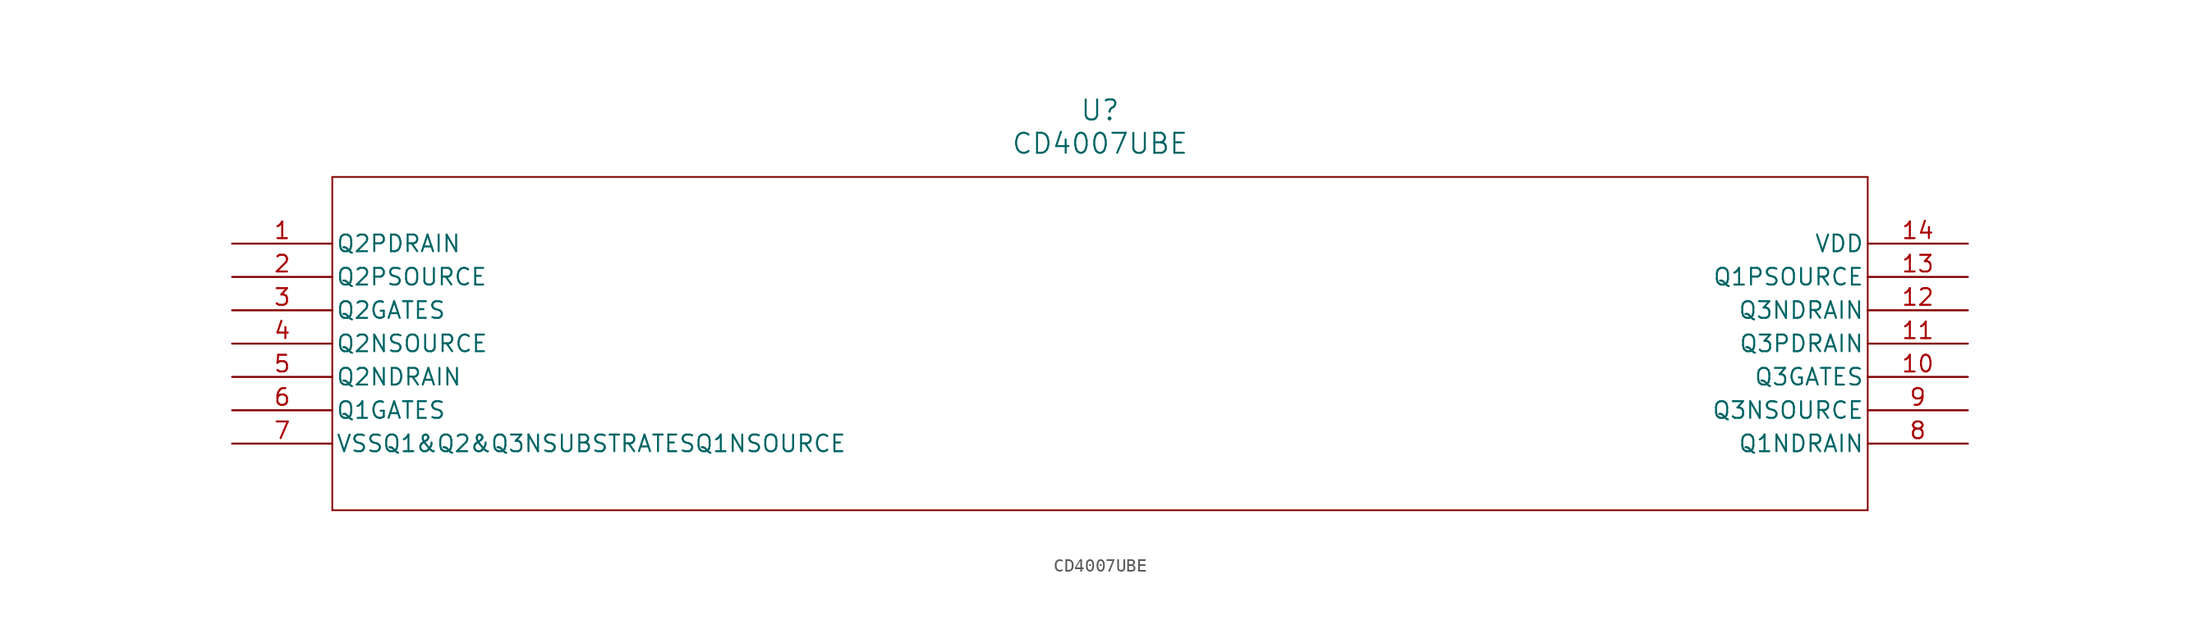
<source format=kicad_sym>
(kicad_symbol_lib
  (version 20211014)
  (generator kicad_symbol_editor)
  (symbol "CD4007UBE"
    (pin_names
      (offset 0.254))
    (property "Reference" "U"
      (at 66.04 10.16 0)
      (effects (font (size 1.524 1.524))))
    (property "Value" "CD4007UBE"
      (at 66.04 7.62 0)
      (effects (font (size 1.524 1.524))))
    (symbol "CD4007UBE_0_1"
      (polyline (pts (xy 7.62 5.08) (xy 7.62 -20.32)) (stroke (width 0.127) (type default) (color 0 0 0 0)) (fill (type none)))
      (polyline (pts (xy 7.62 -20.32) (xy 124.46 -20.32)) (stroke (width 0.127) (type default) (color 0 0 0 0)) (fill (type none)))
      (polyline (pts (xy 124.46 -20.32) (xy 124.46 5.08)) (stroke (width 0.127) (type default) (color 0 0 0 0)) (fill (type none)))
      (polyline (pts (xy 124.46 5.08) (xy 7.62 5.08)) (stroke (width 0.127) (type default) (color 0 0 0 0)) (fill (type none)))
      (pin unspecified line (at 0 0 0) (length 7.62) (name "Q2PDRAIN" (effects (font (size 1.27 1.27)))) (number "1" (effects (font (size 1.27 1.27)))))
      (pin unspecified line (at 0 -2.54 0) (length 7.62) (name "Q2PSOURCE" (effects (font (size 1.27 1.27)))) (number "2" (effects (font (size 1.27 1.27)))))
      (pin unspecified line (at 0 -5.08 0) (length 7.62) (name "Q2GATES" (effects (font (size 1.27 1.27)))) (number "3" (effects (font (size 1.27 1.27)))))
      (pin unspecified line (at 0 -7.62 0) (length 7.62) (name "Q2NSOURCE" (effects (font (size 1.27 1.27)))) (number "4" (effects (font (size 1.27 1.27)))))
      (pin unspecified line (at 0 -10.16 0) (length 7.62) (name "Q2NDRAIN" (effects (font (size 1.27 1.27)))) (number "5" (effects (font (size 1.27 1.27)))))
      (pin unspecified line (at 0 -12.7 0) (length 7.62) (name "Q1GATES" (effects (font (size 1.27 1.27)))) (number "6" (effects (font (size 1.27 1.27)))))
      (pin unspecified line (at 0 -15.24 0) (length 7.62) (name "VSSQ1&Q2&Q3NSUBSTRATESQ1NSOURCE" (effects (font (size 1.27 1.27)))) (number "7" (effects (font (size 1.27 1.27)))))
      (pin unspecified line (at 132.08 -15.24 180) (length 7.62) (name "Q1NDRAIN" (effects (font (size 1.27 1.27)))) (number "8" (effects (font (size 1.27 1.27)))))
      (pin unspecified line (at 132.08 -12.7 180) (length 7.62) (name "Q3NSOURCE" (effects (font (size 1.27 1.27)))) (number "9" (effects (font (size 1.27 1.27)))))
      (pin unspecified line (at 132.08 -10.16 180) (length 7.62) (name "Q3GATES" (effects (font (size 1.27 1.27)))) (number "10" (effects (font (size 1.27 1.27)))))
      (pin unspecified line (at 132.08 -7.62 180) (length 7.62) (name "Q3PDRAIN" (effects (font (size 1.27 1.27)))) (number "11" (effects (font (size 1.27 1.27)))))
      (pin unspecified line (at 132.08 -5.08 180) (length 7.62) (name "Q3NDRAIN" (effects (font (size 1.27 1.27)))) (number "12" (effects (font (size 1.27 1.27)))))
      (pin unspecified line (at 132.08 -2.54 180) (length 7.62) (name "Q1PSOURCE" (effects (font (size 1.27 1.27)))) (number "13" (effects (font (size 1.27 1.27)))))
      (pin unspecified line (at 132.08 0 180) (length 7.62) (name "VDD" (effects (font (size 1.27 1.27)))) (number "14" (effects (font (size 1.27 1.27))))))))
</source>
